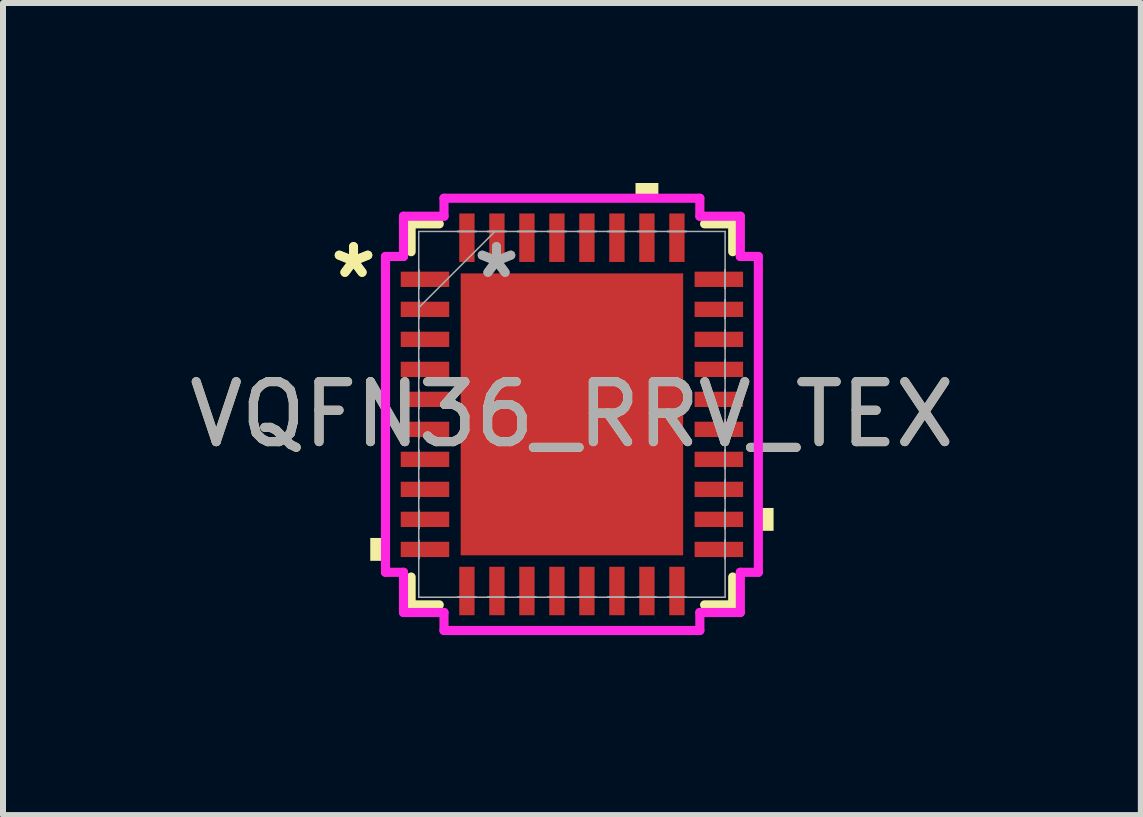
<source format=kicad_pcb>
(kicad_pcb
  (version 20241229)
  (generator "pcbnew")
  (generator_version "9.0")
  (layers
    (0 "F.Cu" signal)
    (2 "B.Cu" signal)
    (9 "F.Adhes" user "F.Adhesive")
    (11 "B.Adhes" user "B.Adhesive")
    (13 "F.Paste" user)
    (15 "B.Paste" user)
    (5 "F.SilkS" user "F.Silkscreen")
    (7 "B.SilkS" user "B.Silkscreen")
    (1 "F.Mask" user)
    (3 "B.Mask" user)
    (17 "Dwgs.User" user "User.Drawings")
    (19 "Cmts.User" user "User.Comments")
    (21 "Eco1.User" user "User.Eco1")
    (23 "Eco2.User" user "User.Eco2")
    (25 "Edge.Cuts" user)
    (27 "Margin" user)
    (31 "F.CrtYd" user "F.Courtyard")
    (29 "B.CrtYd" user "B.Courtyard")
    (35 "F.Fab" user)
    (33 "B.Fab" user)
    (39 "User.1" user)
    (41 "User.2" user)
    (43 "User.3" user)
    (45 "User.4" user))
  (footprint "VQFN36_RRV_TEX"
    (layer "F.Cu")
    (at 6.482 3.856)
    (property "Reference" "VQFN36_RRV_TEX" (at 0 0 0) (unlocked yes) (layer "F.SilkS") (effects (font (size 1 1) (thickness 0.15))))
    (attr smd)
    (fp_line (start -2.68 -3.175) (end -2.68 -2.711) (stroke (width 0.152) (type solid)) (layer "F.SilkS"))
    (fp_line (start -2.68 2.711) (end -2.68 3.175) (stroke (width 0.152) (type solid)) (layer "F.SilkS"))
    (fp_line (start -2.68 3.175) (end -2.211 3.175) (stroke (width 0.152) (type solid)) (layer "F.SilkS"))
    (fp_line (start -2.211 -3.175) (end -2.68 -3.175) (stroke (width 0.152) (type solid)) (layer "F.SilkS"))
    (fp_line (start 2.211 3.175) (end 2.68 3.175) (stroke (width 0.152) (type solid)) (layer "F.SilkS"))
    (fp_line (start 2.68 -3.175) (end 2.211 -3.175) (stroke (width 0.152) (type solid)) (layer "F.SilkS"))
    (fp_line (start 2.68 -2.711) (end 2.68 -3.175) (stroke (width 0.152) (type solid)) (layer "F.SilkS"))
    (fp_line (start 2.68 3.175) (end 2.68 2.711) (stroke (width 0.152) (type solid)) (layer "F.SilkS"))
    (fp_poly (pts (xy -3.361 2.06) (xy -3.361 2.441) (xy -3.107 2.441) (xy -3.107 2.06)) (stroke (width 0) (type solid)) (fill yes) (layer "F.SilkS"))
    (fp_poly (pts (xy 1.06 -3.602) (xy 1.06 -3.856) (xy 1.441 -3.856) (xy 1.441 -3.602)) (stroke (width 0) (type solid)) (fill yes) (layer "F.SilkS"))
    (fp_poly (pts (xy 3.361 1.56) (xy 3.361 1.941) (xy 3.107 1.941) (xy 3.107 1.56)) (stroke (width 0) (type solid)) (fill yes) (layer "F.SilkS"))
    (fp_line (start -3.107 -2.632) (end -2.807 -2.632) (stroke (width 0.152) (type solid)) (layer "F.CrtYd"))
    (fp_line (start -3.107 2.632) (end -3.107 -2.632) (stroke (width 0.152) (type solid)) (layer "F.CrtYd"))
    (fp_line (start -2.807 -3.302) (end -2.132 -3.302) (stroke (width 0.152) (type solid)) (layer "F.CrtYd"))
    (fp_line (start -2.807 -2.632) (end -2.807 -3.302) (stroke (width 0.152) (type solid)) (layer "F.CrtYd"))
    (fp_line (start -2.807 2.632) (end -3.107 2.632) (stroke (width 0.152) (type solid)) (layer "F.CrtYd"))
    (fp_line (start -2.807 3.302) (end -2.807 2.632) (stroke (width 0.152) (type solid)) (layer "F.CrtYd"))
    (fp_line (start -2.132 -3.602) (end 2.132 -3.602) (stroke (width 0.152) (type solid)) (layer "F.CrtYd"))
    (fp_line (start -2.132 -3.302) (end -2.132 -3.602) (stroke (width 0.152) (type solid)) (layer "F.CrtYd"))
    (fp_line (start -2.132 3.302) (end -2.807 3.302) (stroke (width 0.152) (type solid)) (layer "F.CrtYd"))
    (fp_line (start -2.132 3.602) (end -2.132 3.302) (stroke (width 0.152) (type solid)) (layer "F.CrtYd"))
    (fp_line (start 2.132 -3.602) (end 2.132 -3.302) (stroke (width 0.152) (type solid)) (layer "F.CrtYd"))
    (fp_line (start 2.132 -3.302) (end 2.807 -3.302) (stroke (width 0.152) (type solid)) (layer "F.CrtYd"))
    (fp_line (start 2.132 3.302) (end 2.132 3.602) (stroke (width 0.152) (type solid)) (layer "F.CrtYd"))
    (fp_line (start 2.132 3.602) (end -2.132 3.602) (stroke (width 0.152) (type solid)) (layer "F.CrtYd"))
    (fp_line (start 2.807 -3.302) (end 2.807 -2.632) (stroke (width 0.152) (type solid)) (layer "F.CrtYd"))
    (fp_line (start 2.807 -2.632) (end 3.107 -2.632) (stroke (width 0.152) (type solid)) (layer "F.CrtYd"))
    (fp_line (start 2.807 2.632) (end 2.807 3.302) (stroke (width 0.152) (type solid)) (layer "F.CrtYd"))
    (fp_line (start 2.807 3.302) (end 2.132 3.302) (stroke (width 0.152) (type solid)) (layer "F.CrtYd"))
    (fp_line (start 3.107 -2.632) (end 3.107 2.632) (stroke (width 0.152) (type solid)) (layer "F.CrtYd"))
    (fp_line (start 3.107 2.632) (end 2.807 2.632) (stroke (width 0.152) (type solid)) (layer "F.CrtYd"))
    (fp_line (start -2.553 -3.048) (end -2.553 3.048) (stroke (width 0.025) (type solid)) (layer "F.Fab"))
    (fp_line (start -2.553 -2.403) (end -2.553 -2.403) (stroke (width 0.025) (type solid)) (layer "F.Fab"))
    (fp_line (start -2.553 -2.403) (end -2.553 -2.098) (stroke (width 0.025) (type solid)) (layer "F.Fab"))
    (fp_line (start -2.553 -2.098) (end -2.553 -2.403) (stroke (width 0.025) (type solid)) (layer "F.Fab"))
    (fp_line (start -2.553 -2.098) (end -2.553 -2.098) (stroke (width 0.025) (type solid)) (layer "F.Fab"))
    (fp_line (start -2.553 -1.903) (end -2.553 -1.903) (stroke (width 0.025) (type solid)) (layer "F.Fab"))
    (fp_line (start -2.553 -1.903) (end -2.553 -1.598) (stroke (width 0.025) (type solid)) (layer "F.Fab"))
    (fp_line (start -2.553 -1.778) (end -1.283 -3.048) (stroke (width 0.025) (type solid)) (layer "F.Fab"))
    (fp_line (start -2.553 -1.598) (end -2.553 -1.903) (stroke (width 0.025) (type solid)) (layer "F.Fab"))
    (fp_line (start -2.553 -1.598) (end -2.553 -1.598) (stroke (width 0.025) (type solid)) (layer "F.Fab"))
    (fp_line (start -2.553 -1.403) (end -2.553 -1.403) (stroke (width 0.025) (type solid)) (layer "F.Fab"))
    (fp_line (start -2.553 -1.403) (end -2.553 -1.098) (stroke (width 0.025) (type solid)) (layer "F.Fab"))
    (fp_line (start -2.553 -1.098) (end -2.553 -1.403) (stroke (width 0.025) (type solid)) (layer "F.Fab"))
    (fp_line (start -2.553 -1.098) (end -2.553 -1.098) (stroke (width 0.025) (type solid)) (layer "F.Fab"))
    (fp_line (start -2.553 -0.903) (end -2.553 -0.903) (stroke (width 0.025) (type solid)) (layer "F.Fab"))
    (fp_line (start -2.553 -0.903) (end -2.553 -0.598) (stroke (width 0.025) (type solid)) (layer "F.Fab"))
    (fp_line (start -2.553 -0.598) (end -2.553 -0.903) (stroke (width 0.025) (type solid)) (layer "F.Fab"))
    (fp_line (start -2.553 -0.598) (end -2.553 -0.598) (stroke (width 0.025) (type solid)) (layer "F.Fab"))
    (fp_line (start -2.553 -0.402) (end -2.553 -0.402) (stroke (width 0.025) (type solid)) (layer "F.Fab"))
    (fp_line (start -2.553 -0.402) (end -2.553 -0.098) (stroke (width 0.025) (type solid)) (layer "F.Fab"))
    (fp_line (start -2.553 -0.098) (end -2.553 -0.402) (stroke (width 0.025) (type solid)) (layer "F.Fab"))
    (fp_line (start -2.553 -0.098) (end -2.553 -0.098) (stroke (width 0.025) (type solid)) (layer "F.Fab"))
    (fp_line (start -2.553 0.098) (end -2.553 0.098) (stroke (width 0.025) (type solid)) (layer "F.Fab"))
    (fp_line (start -2.553 0.098) (end -2.553 0.402) (stroke (width 0.025) (type solid)) (layer "F.Fab"))
    (fp_line (start -2.553 0.402) (end -2.553 0.098) (stroke (width 0.025) (type solid)) (layer "F.Fab"))
    (fp_line (start -2.553 0.402) (end -2.553 0.402) (stroke (width 0.025) (type solid)) (layer "F.Fab"))
    (fp_line (start -2.553 0.598) (end -2.553 0.598) (stroke (width 0.025) (type solid)) (layer "F.Fab"))
    (fp_line (start -2.553 0.598) (end -2.553 0.903) (stroke (width 0.025) (type solid)) (layer "F.Fab"))
    (fp_line (start -2.553 0.903) (end -2.553 0.598) (stroke (width 0.025) (type solid)) (layer "F.Fab"))
    (fp_line (start -2.553 0.903) (end -2.553 0.903) (stroke (width 0.025) (type solid)) (layer "F.Fab"))
    (fp_line (start -2.553 1.098) (end -2.553 1.098) (stroke (width 0.025) (type solid)) (layer "F.Fab"))
    (fp_line (start -2.553 1.098) (end -2.553 1.403) (stroke (width 0.025) (type solid)) (layer "F.Fab"))
    (fp_line (start -2.553 1.403) (end -2.553 1.098) (stroke (width 0.025) (type solid)) (layer "F.Fab"))
    (fp_line (start -2.553 1.403) (end -2.553 1.403) (stroke (width 0.025) (type solid)) (layer "F.Fab"))
    (fp_line (start -2.553 1.598) (end -2.553 1.598) (stroke (width 0.025) (type solid)) (layer "F.Fab"))
    (fp_line (start -2.553 1.598) (end -2.553 1.903) (stroke (width 0.025) (type solid)) (layer "F.Fab"))
    (fp_line (start -2.553 1.903) (end -2.553 1.598) (stroke (width 0.025) (type solid)) (layer "F.Fab"))
    (fp_line (start -2.553 1.903) (end -2.553 1.903) (stroke (width 0.025) (type solid)) (layer "F.Fab"))
    (fp_line (start -2.553 2.098) (end -2.553 2.098) (stroke (width 0.025) (type solid)) (layer "F.Fab"))
    (fp_line (start -2.553 2.098) (end -2.553 2.403) (stroke (width 0.025) (type solid)) (layer "F.Fab"))
    (fp_line (start -2.553 2.403) (end -2.553 2.098) (stroke (width 0.025) (type solid)) (layer "F.Fab"))
    (fp_line (start -2.553 2.403) (end -2.553 2.403) (stroke (width 0.025) (type solid)) (layer "F.Fab"))
    (fp_line (start -2.553 3.048) (end 2.553 3.048) (stroke (width 0.025) (type solid)) (layer "F.Fab"))
    (fp_line (start -1.903 -3.048) (end -1.903 -3.048) (stroke (width 0.025) (type solid)) (layer "F.Fab"))
    (fp_line (start -1.903 -3.048) (end -1.598 -3.048) (stroke (width 0.025) (type solid)) (layer "F.Fab"))
    (fp_line (start -1.903 3.048) (end -1.903 3.048) (stroke (width 0.025) (type solid)) (layer "F.Fab"))
    (fp_line (start -1.903 3.048) (end -1.598 3.048) (stroke (width 0.025) (type solid)) (layer "F.Fab"))
    (fp_line (start -1.598 -3.048) (end -1.903 -3.048) (stroke (width 0.025) (type solid)) (layer "F.Fab"))
    (fp_line (start -1.598 -3.048) (end -1.598 -3.048) (stroke (width 0.025) (type solid)) (layer "F.Fab"))
    (fp_line (start -1.598 3.048) (end -1.903 3.048) (stroke (width 0.025) (type solid)) (layer "F.Fab"))
    (fp_line (start -1.598 3.048) (end -1.598 3.048) (stroke (width 0.025) (type solid)) (layer "F.Fab"))
    (fp_line (start -1.403 -3.048) (end -1.403 -3.048) (stroke (width 0.025) (type solid)) (layer "F.Fab"))
    (fp_line (start -1.403 -3.048) (end -1.098 -3.048) (stroke (width 0.025) (type solid)) (layer "F.Fab"))
    (fp_line (start -1.403 3.048) (end -1.403 3.048) (stroke (width 0.025) (type solid)) (layer "F.Fab"))
    (fp_line (start -1.403 3.048) (end -1.098 3.048) (stroke (width 0.025) (type solid)) (layer "F.Fab"))
    (fp_line (start -1.098 -3.048) (end -1.403 -3.048) (stroke (width 0.025) (type solid)) (layer "F.Fab"))
    (fp_line (start -1.098 -3.048) (end -1.098 -3.048) (stroke (width 0.025) (type solid)) (layer "F.Fab"))
    (fp_line (start -1.098 3.048) (end -1.403 3.048) (stroke (width 0.025) (type solid)) (layer "F.Fab"))
    (fp_line (start -1.098 3.048) (end -1.098 3.048) (stroke (width 0.025) (type solid)) (layer "F.Fab"))
    (fp_line (start -0.903 -3.048) (end -0.903 -3.048) (stroke (width 0.025) (type solid)) (layer "F.Fab"))
    (fp_line (start -0.903 -3.048) (end -0.598 -3.048) (stroke (width 0.025) (type solid)) (layer "F.Fab"))
    (fp_line (start -0.903 3.048) (end -0.903 3.048) (stroke (width 0.025) (type solid)) (layer "F.Fab"))
    (fp_line (start -0.903 3.048) (end -0.598 3.048) (stroke (width 0.025) (type solid)) (layer "F.Fab"))
    (fp_line (start -0.598 -3.048) (end -0.903 -3.048) (stroke (width 0.025) (type solid)) (layer "F.Fab"))
    (fp_line (start -0.598 -3.048) (end -0.598 -3.048) (stroke (width 0.025) (type solid)) (layer "F.Fab"))
    (fp_line (start -0.598 3.048) (end -0.903 3.048) (stroke (width 0.025) (type solid)) (layer "F.Fab"))
    (fp_line (start -0.598 3.048) (end -0.598 3.048) (stroke (width 0.025) (type solid)) (layer "F.Fab"))
    (fp_line (start -0.402 -3.048) (end -0.402 -3.048) (stroke (width 0.025) (type solid)) (layer "F.Fab"))
    (fp_line (start -0.402 -3.048) (end -0.098 -3.048) (stroke (width 0.025) (type solid)) (layer "F.Fab"))
    (fp_line (start -0.402 3.048) (end -0.402 3.048) (stroke (width 0.025) (type solid)) (layer "F.Fab"))
    (fp_line (start -0.402 3.048) (end -0.098 3.048) (stroke (width 0.025) (type solid)) (layer "F.Fab"))
    (fp_line (start -0.098 -3.048) (end -0.402 -3.048) (stroke (width 0.025) (type solid)) (layer "F.Fab"))
    (fp_line (start -0.098 -3.048) (end -0.098 -3.048) (stroke (width 0.025) (type solid)) (layer "F.Fab"))
    (fp_line (start -0.098 3.048) (end -0.402 3.048) (stroke (width 0.025) (type solid)) (layer "F.Fab"))
    (fp_line (start -0.098 3.048) (end -0.098 3.048) (stroke (width 0.025) (type solid)) (layer "F.Fab"))
    (fp_line (start 0.098 -3.048) (end 0.098 -3.048) (stroke (width 0.025) (type solid)) (layer "F.Fab"))
    (fp_line (start 0.098 -3.048) (end 0.402 -3.048) (stroke (width 0.025) (type solid)) (layer "F.Fab"))
    (fp_line (start 0.098 3.048) (end 0.098 3.048) (stroke (width 0.025) (type solid)) (layer "F.Fab"))
    (fp_line (start 0.098 3.048) (end 0.402 3.048) (stroke (width 0.025) (type solid)) (layer "F.Fab"))
    (fp_line (start 0.402 -3.048) (end 0.098 -3.048) (stroke (width 0.025) (type solid)) (layer "F.Fab"))
    (fp_line (start 0.402 -3.048) (end 0.402 -3.048) (stroke (width 0.025) (type solid)) (layer "F.Fab"))
    (fp_line (start 0.402 3.048) (end 0.098 3.048) (stroke (width 0.025) (type solid)) (layer "F.Fab"))
    (fp_line (start 0.402 3.048) (end 0.402 3.048) (stroke (width 0.025) (type solid)) (layer "F.Fab"))
    (fp_line (start 0.598 -3.048) (end 0.598 -3.048) (stroke (width 0.025) (type solid)) (layer "F.Fab"))
    (fp_line (start 0.598 -3.048) (end 0.903 -3.048) (stroke (width 0.025) (type solid)) (layer "F.Fab"))
    (fp_line (start 0.598 3.048) (end 0.598 3.048) (stroke (width 0.025) (type solid)) (layer "F.Fab"))
    (fp_line (start 0.598 3.048) (end 0.903 3.048) (stroke (width 0.025) (type solid)) (layer "F.Fab"))
    (fp_line (start 0.903 -3.048) (end 0.598 -3.048) (stroke (width 0.025) (type solid)) (layer "F.Fab"))
    (fp_line (start 0.903 -3.048) (end 0.903 -3.048) (stroke (width 0.025) (type solid)) (layer "F.Fab"))
    (fp_line (start 0.903 3.048) (end 0.598 3.048) (stroke (width 0.025) (type solid)) (layer "F.Fab"))
    (fp_line (start 0.903 3.048) (end 0.903 3.048) (stroke (width 0.025) (type solid)) (layer "F.Fab"))
    (fp_line (start 1.098 -3.048) (end 1.098 -3.048) (stroke (width 0.025) (type solid)) (layer "F.Fab"))
    (fp_line (start 1.098 -3.048) (end 1.403 -3.048) (stroke (width 0.025) (type solid)) (layer "F.Fab"))
    (fp_line (start 1.098 3.048) (end 1.098 3.048) (stroke (width 0.025) (type solid)) (layer "F.Fab"))
    (fp_line (start 1.098 3.048) (end 1.403 3.048) (stroke (width 0.025) (type solid)) (layer "F.Fab"))
    (fp_line (start 1.403 -3.048) (end 1.098 -3.048) (stroke (width 0.025) (type solid)) (layer "F.Fab"))
    (fp_line (start 1.403 -3.048) (end 1.403 -3.048) (stroke (width 0.025) (type solid)) (layer "F.Fab"))
    (fp_line (start 1.403 3.048) (end 1.098 3.048) (stroke (width 0.025) (type solid)) (layer "F.Fab"))
    (fp_line (start 1.403 3.048) (end 1.403 3.048) (stroke (width 0.025) (type solid)) (layer "F.Fab"))
    (fp_line (start 1.598 -3.048) (end 1.598 -3.048) (stroke (width 0.025) (type solid)) (layer "F.Fab"))
    (fp_line (start 1.598 -3.048) (end 1.903 -3.048) (stroke (width 0.025) (type solid)) (layer "F.Fab"))
    (fp_line (start 1.598 3.048) (end 1.598 3.048) (stroke (width 0.025) (type solid)) (layer "F.Fab"))
    (fp_line (start 1.598 3.048) (end 1.903 3.048) (stroke (width 0.025) (type solid)) (layer "F.Fab"))
    (fp_line (start 1.903 -3.048) (end 1.598 -3.048) (stroke (width 0.025) (type solid)) (layer "F.Fab"))
    (fp_line (start 1.903 -3.048) (end 1.903 -3.048) (stroke (width 0.025) (type solid)) (layer "F.Fab"))
    (fp_line (start 1.903 3.048) (end 1.598 3.048) (stroke (width 0.025) (type solid)) (layer "F.Fab"))
    (fp_line (start 1.903 3.048) (end 1.903 3.048) (stroke (width 0.025) (type solid)) (layer "F.Fab"))
    (fp_line (start 2.553 -3.048) (end -2.553 -3.048) (stroke (width 0.025) (type solid)) (layer "F.Fab"))
    (fp_line (start 2.553 -2.403) (end 2.553 -2.403) (stroke (width 0.025) (type solid)) (layer "F.Fab"))
    (fp_line (start 2.553 -2.403) (end 2.553 -2.098) (stroke (width 0.025) (type solid)) (layer "F.Fab"))
    (fp_line (start 2.553 -2.098) (end 2.553 -2.403) (stroke (width 0.025) (type solid)) (layer "F.Fab"))
    (fp_line (start 2.553 -2.098) (end 2.553 -2.098) (stroke (width 0.025) (type solid)) (layer "F.Fab"))
    (fp_line (start 2.553 -1.903) (end 2.553 -1.903) (stroke (width 0.025) (type solid)) (layer "F.Fab"))
    (fp_line (start 2.553 -1.903) (end 2.553 -1.598) (stroke (width 0.025) (type solid)) (layer "F.Fab"))
    (fp_line (start 2.553 -1.598) (end 2.553 -1.903) (stroke (width 0.025) (type solid)) (layer "F.Fab"))
    (fp_line (start 2.553 -1.598) (end 2.553 -1.598) (stroke (width 0.025) (type solid)) (layer "F.Fab"))
    (fp_line (start 2.553 -1.403) (end 2.553 -1.403) (stroke (width 0.025) (type solid)) (layer "F.Fab"))
    (fp_line (start 2.553 -1.403) (end 2.553 -1.098) (stroke (width 0.025) (type solid)) (layer "F.Fab"))
    (fp_line (start 2.553 -1.098) (end 2.553 -1.403) (stroke (width 0.025) (type solid)) (layer "F.Fab"))
    (fp_line (start 2.553 -1.098) (end 2.553 -1.098) (stroke (width 0.025) (type solid)) (layer "F.Fab"))
    (fp_line (start 2.553 -0.903) (end 2.553 -0.903) (stroke (width 0.025) (type solid)) (layer "F.Fab"))
    (fp_line (start 2.553 -0.903) (end 2.553 -0.598) (stroke (width 0.025) (type solid)) (layer "F.Fab"))
    (fp_line (start 2.553 -0.598) (end 2.553 -0.903) (stroke (width 0.025) (type solid)) (layer "F.Fab"))
    (fp_line (start 2.553 -0.598) (end 2.553 -0.598) (stroke (width 0.025) (type solid)) (layer "F.Fab"))
    (fp_line (start 2.553 -0.402) (end 2.553 -0.402) (stroke (width 0.025) (type solid)) (layer "F.Fab"))
    (fp_line (start 2.553 -0.402) (end 2.553 -0.098) (stroke (width 0.025) (type solid)) (layer "F.Fab"))
    (fp_line (start 2.553 -0.098) (end 2.553 -0.402) (stroke (width 0.025) (type solid)) (layer "F.Fab"))
    (fp_line (start 2.553 -0.098) (end 2.553 -0.098) (stroke (width 0.025) (type solid)) (layer "F.Fab"))
    (fp_line (start 2.553 0.098) (end 2.553 0.098) (stroke (width 0.025) (type solid)) (layer "F.Fab"))
    (fp_line (start 2.553 0.098) (end 2.553 0.402) (stroke (width 0.025) (type solid)) (layer "F.Fab"))
    (fp_line (start 2.553 0.402) (end 2.553 0.098) (stroke (width 0.025) (type solid)) (layer "F.Fab"))
    (fp_line (start 2.553 0.402) (end 2.553 0.402) (stroke (width 0.025) (type solid)) (layer "F.Fab"))
    (fp_line (start 2.553 0.598) (end 2.553 0.598) (stroke (width 0.025) (type solid)) (layer "F.Fab"))
    (fp_line (start 2.553 0.598) (end 2.553 0.903) (stroke (width 0.025) (type solid)) (layer "F.Fab"))
    (fp_line (start 2.553 0.903) (end 2.553 0.598) (stroke (width 0.025) (type solid)) (layer "F.Fab"))
    (fp_line (start 2.553 0.903) (end 2.553 0.903) (stroke (width 0.025) (type solid)) (layer "F.Fab"))
    (fp_line (start 2.553 1.098) (end 2.553 1.098) (stroke (width 0.025) (type solid)) (layer "F.Fab"))
    (fp_line (start 2.553 1.098) (end 2.553 1.403) (stroke (width 0.025) (type solid)) (layer "F.Fab"))
    (fp_line (start 2.553 1.403) (end 2.553 1.098) (stroke (width 0.025) (type solid)) (layer "F.Fab"))
    (fp_line (start 2.553 1.403) (end 2.553 1.403) (stroke (width 0.025) (type solid)) (layer "F.Fab"))
    (fp_line (start 2.553 1.598) (end 2.553 1.598) (stroke (width 0.025) (type solid)) (layer "F.Fab"))
    (fp_line (start 2.553 1.598) (end 2.553 1.903) (stroke (width 0.025) (type solid)) (layer "F.Fab"))
    (fp_line (start 2.553 1.903) (end 2.553 1.598) (stroke (width 0.025) (type solid)) (layer "F.Fab"))
    (fp_line (start 2.553 1.903) (end 2.553 1.903) (stroke (width 0.025) (type solid)) (layer "F.Fab"))
    (fp_line (start 2.553 2.098) (end 2.553 2.098) (stroke (width 0.025) (type solid)) (layer "F.Fab"))
    (fp_line (start 2.553 2.098) (end 2.553 2.403) (stroke (width 0.025) (type solid)) (layer "F.Fab"))
    (fp_line (start 2.553 2.403) (end 2.553 2.098) (stroke (width 0.025) (type solid)) (layer "F.Fab"))
    (fp_line (start 2.553 2.403) (end 2.553 2.403) (stroke (width 0.025) (type solid)) (layer "F.Fab"))
    (fp_line (start 2.553 3.048) (end 2.553 -3.048) (stroke (width 0.025) (type solid)) (layer "F.Fab"))
    (fp_text user "*" (at -3.64 -2.251 0) (unlocked yes) (layer "F.SilkS") (effects (font (size 1 1) (thickness 0.15))))
    (fp_text user "*" (at -3.64 -2.251 0) (layer "F.SilkS") (effects (font (size 1 1) (thickness 0.15))))
    (fp_text user "*" (at -1.257 -2.251 0) (unlocked yes) (layer "F.Fab") (effects (font (size 1 1) (thickness 0.15))))
    (fp_text user "${REFERENCE}" (at 0 0 0) (unlocked yes) (layer "F.Fab") (effects (font (size 1 1) (thickness 0.15))))
    (fp_text user "*" (at -1.257 -2.251 0) (layer "F.Fab") (effects (font (size 1 1) (thickness 0.15))))
    (pad "1" smd rect (at -2.449 -2.251 90) (size 0.255 0.808) (layers "F.Cu" "F.Mask" "F.Paste"))
    (pad "2" smd rect (at -2.449 -1.75 90) (size 0.255 0.808) (layers "F.Cu" "F.Mask" "F.Paste"))
    (pad "3" smd rect (at -2.449 -1.25 90) (size 0.255 0.808) (layers "F.Cu" "F.Mask" "F.Paste"))
    (pad "4" smd rect (at -2.449 -0.75 90) (size 0.255 0.808) (layers "F.Cu" "F.Mask" "F.Paste"))
    (pad "5" smd rect (at -2.449 -0.25 90) (size 0.255 0.808) (layers "F.Cu" "F.Mask" "F.Paste"))
    (pad "6" smd rect (at -2.449 0.25 90) (size 0.255 0.808) (layers "F.Cu" "F.Mask" "F.Paste"))
    (pad "7" smd rect (at -2.449 0.75 90) (size 0.255 0.808) (layers "F.Cu" "F.Mask" "F.Paste"))
    (pad "8" smd rect (at -2.449 1.25 90) (size 0.255 0.808) (layers "F.Cu" "F.Mask" "F.Paste"))
    (pad "9" smd rect (at -2.449 1.75 90) (size 0.255 0.808) (layers "F.Cu" "F.Mask" "F.Paste"))
    (pad "10" smd rect (at -2.449 2.251 90) (size 0.255 0.808) (layers "F.Cu" "F.Mask" "F.Paste"))
    (pad "11" smd rect (at -1.75 2.944) (size 0.255 0.808) (layers "F.Cu" "F.Mask" "F.Paste"))
    (pad "12" smd rect (at -1.25 2.944) (size 0.255 0.808) (layers "F.Cu" "F.Mask" "F.Paste"))
    (pad "13" smd rect (at -0.75 2.944) (size 0.255 0.808) (layers "F.Cu" "F.Mask" "F.Paste"))
    (pad "14" smd rect (at -0.25 2.944) (size 0.255 0.808) (layers "F.Cu" "F.Mask" "F.Paste"))
    (pad "15" smd rect (at 0.25 2.944) (size 0.255 0.808) (layers "F.Cu" "F.Mask" "F.Paste"))
    (pad "16" smd rect (at 0.75 2.944) (size 0.255 0.808) (layers "F.Cu" "F.Mask" "F.Paste"))
    (pad "17" smd rect (at 1.25 2.944) (size 0.255 0.808) (layers "F.Cu" "F.Mask" "F.Paste"))
    (pad "18" smd rect (at 1.75 2.944) (size 0.255 0.808) (layers "F.Cu" "F.Mask" "F.Paste"))
    (pad "19" smd rect (at 2.449 2.251 90) (size 0.255 0.808) (layers "F.Cu" "F.Mask" "F.Paste"))
    (pad "20" smd rect (at 2.449 1.75 90) (size 0.255 0.808) (layers "F.Cu" "F.Mask" "F.Paste"))
    (pad "21" smd rect (at 2.449 1.25 90) (size 0.255 0.808) (layers "F.Cu" "F.Mask" "F.Paste"))
    (pad "22" smd rect (at 2.449 0.75 90) (size 0.255 0.808) (layers "F.Cu" "F.Mask" "F.Paste"))
    (pad "23" smd rect (at 2.449 0.25 90) (size 0.255 0.808) (layers "F.Cu" "F.Mask" "F.Paste"))
    (pad "24" smd rect (at 2.449 -0.25 90) (size 0.255 0.808) (layers "F.Cu" "F.Mask" "F.Paste"))
    (pad "25" smd rect (at 2.449 -0.75 90) (size 0.255 0.808) (layers "F.Cu" "F.Mask" "F.Paste"))
    (pad "26" smd rect (at 2.449 -1.25 90) (size 0.255 0.808) (layers "F.Cu" "F.Mask" "F.Paste"))
    (pad "27" smd rect (at 2.449 -1.75 90) (size 0.255 0.808) (layers "F.Cu" "F.Mask" "F.Paste"))
    (pad "28" smd rect (at 2.449 -2.251 90) (size 0.255 0.808) (layers "F.Cu" "F.Mask" "F.Paste"))
    (pad "29" smd rect (at 1.75 -2.944) (size 0.255 0.808) (layers "F.Cu" "F.Mask" "F.Paste"))
    (pad "30" smd rect (at 1.25 -2.944) (size 0.255 0.808) (layers "F.Cu" "F.Mask" "F.Paste"))
    (pad "31" smd rect (at 0.75 -2.944) (size 0.255 0.808) (layers "F.Cu" "F.Mask" "F.Paste"))
    (pad "32" smd rect (at 0.25 -2.944) (size 0.255 0.808) (layers "F.Cu" "F.Mask" "F.Paste"))
    (pad "33" smd rect (at -0.25 -2.944) (size 0.255 0.808) (layers "F.Cu" "F.Mask" "F.Paste"))
    (pad "34" smd rect (at -0.75 -2.944) (size 0.255 0.808) (layers "F.Cu" "F.Mask" "F.Paste"))
    (pad "35" smd rect (at -1.25 -2.944) (size 0.255 0.808) (layers "F.Cu" "F.Mask" "F.Paste"))
    (pad "36" smd rect (at -1.75 -2.944) (size 0.255 0.808) (layers "F.Cu" "F.Mask" "F.Paste"))
    (pad "37" smd rect (at 0 0) (size 3.708 4.699) (layers "F.Cu" "F.Mask" "F.Paste")))
  (gr_rect
    (start -3 -3)
    (end 15.964 10.534)
    (stroke (width 0.1) (type default))
    (fill no)
    (layer "Edge.Cuts")))
</source>
